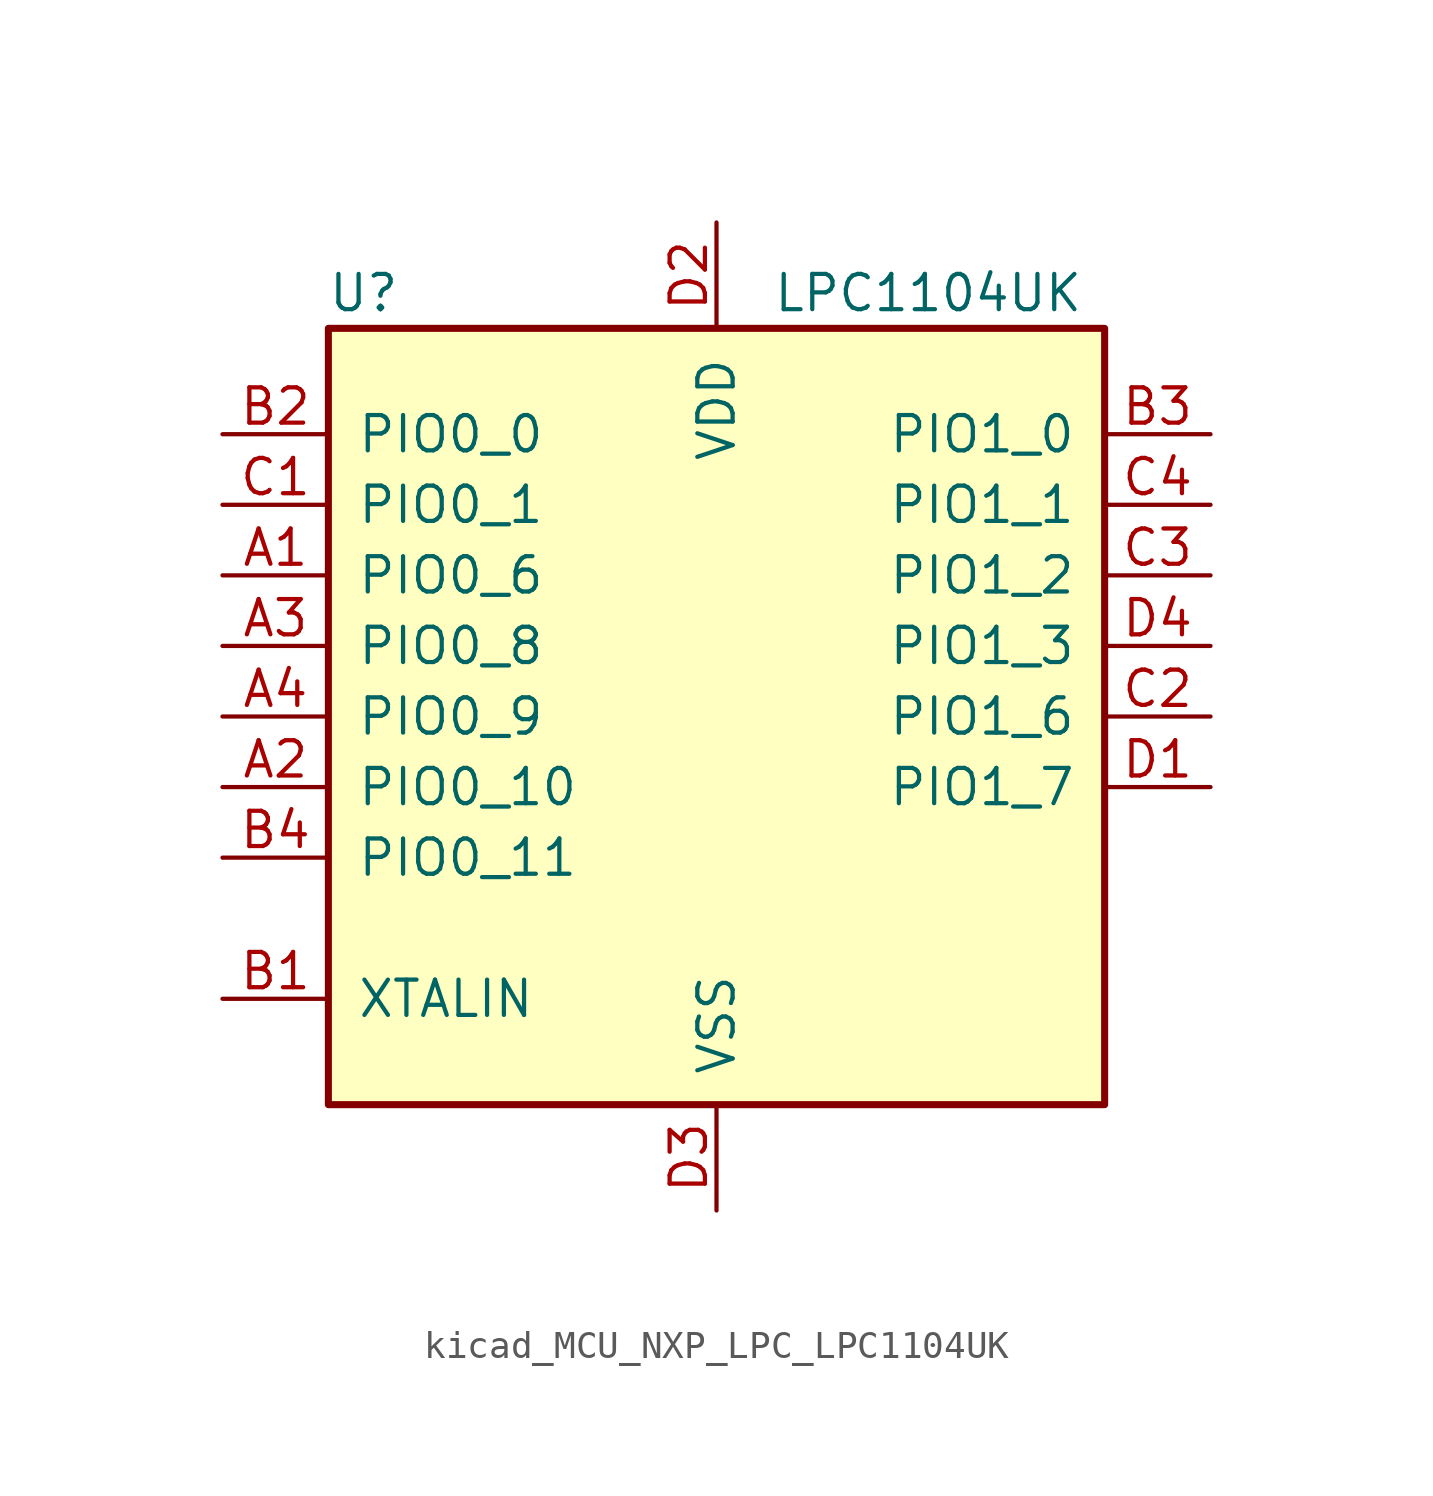
<source format=kicad_sym>
(kicad_symbol_lib
  (version 20220914)
  (generator kicad_symbol_editor)
  (symbol "kicad_MCU_NXP_LPC_LPC1104UK"
    (pin_names
      (offset 1.016))
    (property "Reference" "U"
      (at -12.7 15.24 0)
      (effects (font (size 1.27 1.27))))
    (property "Value" "LPC1104UK"
      (at 7.62 15.24 0)
      (effects (font (size 1.27 1.27))))
    (symbol "kicad_MCU_NXP_LPC_LPC1104UK_0_1"
      (rectangle (start -13.97 13.97) (end 13.97 -13.97) (stroke (width 0.254) (type default)) (fill (type background))))
    (symbol "kicad_MCU_NXP_LPC_LPC1104UK_1_1"
      (pin bidirectional line (at -17.78 5.08 0) (length 3.81) (name "PIO0_6" (effects (font (size 1.27 1.27)))) (number "A1" (effects (font (size 1.27 1.27)))))
      (pin bidirectional line (at -17.78 -2.54 0) (length 3.81) (name "PIO0_10" (effects (font (size 1.27 1.27)))) (number "A2" (effects (font (size 1.27 1.27)))))
      (pin bidirectional line (at -17.78 2.54 0) (length 3.81) (name "PIO0_8" (effects (font (size 1.27 1.27)))) (number "A3" (effects (font (size 1.27 1.27)))))
      (pin bidirectional line (at -17.78 0 0) (length 3.81) (name "PIO0_9" (effects (font (size 1.27 1.27)))) (number "A4" (effects (font (size 1.27 1.27)))))
      (pin input line (at -17.78 -10.16 0) (length 3.81) (name "XTALIN" (effects (font (size 1.27 1.27)))) (number "B1" (effects (font (size 1.27 1.27)))))
      (pin bidirectional line (at -17.78 10.16 0) (length 3.81) (name "PIO0_0" (effects (font (size 1.27 1.27)))) (number "B2" (effects (font (size 1.27 1.27)))))
      (pin bidirectional line (at 17.78 10.16 180) (length 3.81) (name "PIO1_0" (effects (font (size 1.27 1.27)))) (number "B3" (effects (font (size 1.27 1.27)))))
      (pin bidirectional line (at -17.78 -5.08 0) (length 3.81) (name "PIO0_11" (effects (font (size 1.27 1.27)))) (number "B4" (effects (font (size 1.27 1.27)))))
      (pin bidirectional line (at -17.78 7.62 0) (length 3.81) (name "PIO0_1" (effects (font (size 1.27 1.27)))) (number "C1" (effects (font (size 1.27 1.27)))))
      (pin bidirectional line (at 17.78 0 180) (length 3.81) (name "PIO1_6" (effects (font (size 1.27 1.27)))) (number "C2" (effects (font (size 1.27 1.27)))))
      (pin bidirectional line (at 17.78 5.08 180) (length 3.81) (name "PIO1_2" (effects (font (size 1.27 1.27)))) (number "C3" (effects (font (size 1.27 1.27)))))
      (pin bidirectional line (at 17.78 7.62 180) (length 3.81) (name "PIO1_1" (effects (font (size 1.27 1.27)))) (number "C4" (effects (font (size 1.27 1.27)))))
      (pin bidirectional line (at 17.78 -2.54 180) (length 3.81) (name "PIO1_7" (effects (font (size 1.27 1.27)))) (number "D1" (effects (font (size 1.27 1.27)))))
      (pin power_in line (at 0 17.78 270) (length 3.81) (name "VDD" (effects (font (size 1.27 1.27)))) (number "D2" (effects (font (size 1.27 1.27)))))
      (pin power_in line (at 0 -17.78 90) (length 3.81) (name "VSS" (effects (font (size 1.27 1.27)))) (number "D3" (effects (font (size 1.27 1.27)))))
      (pin bidirectional line (at 17.78 2.54 180) (length 3.81) (name "PIO1_3" (effects (font (size 1.27 1.27)))) (number "D4" (effects (font (size 1.27 1.27))))))))
</source>
